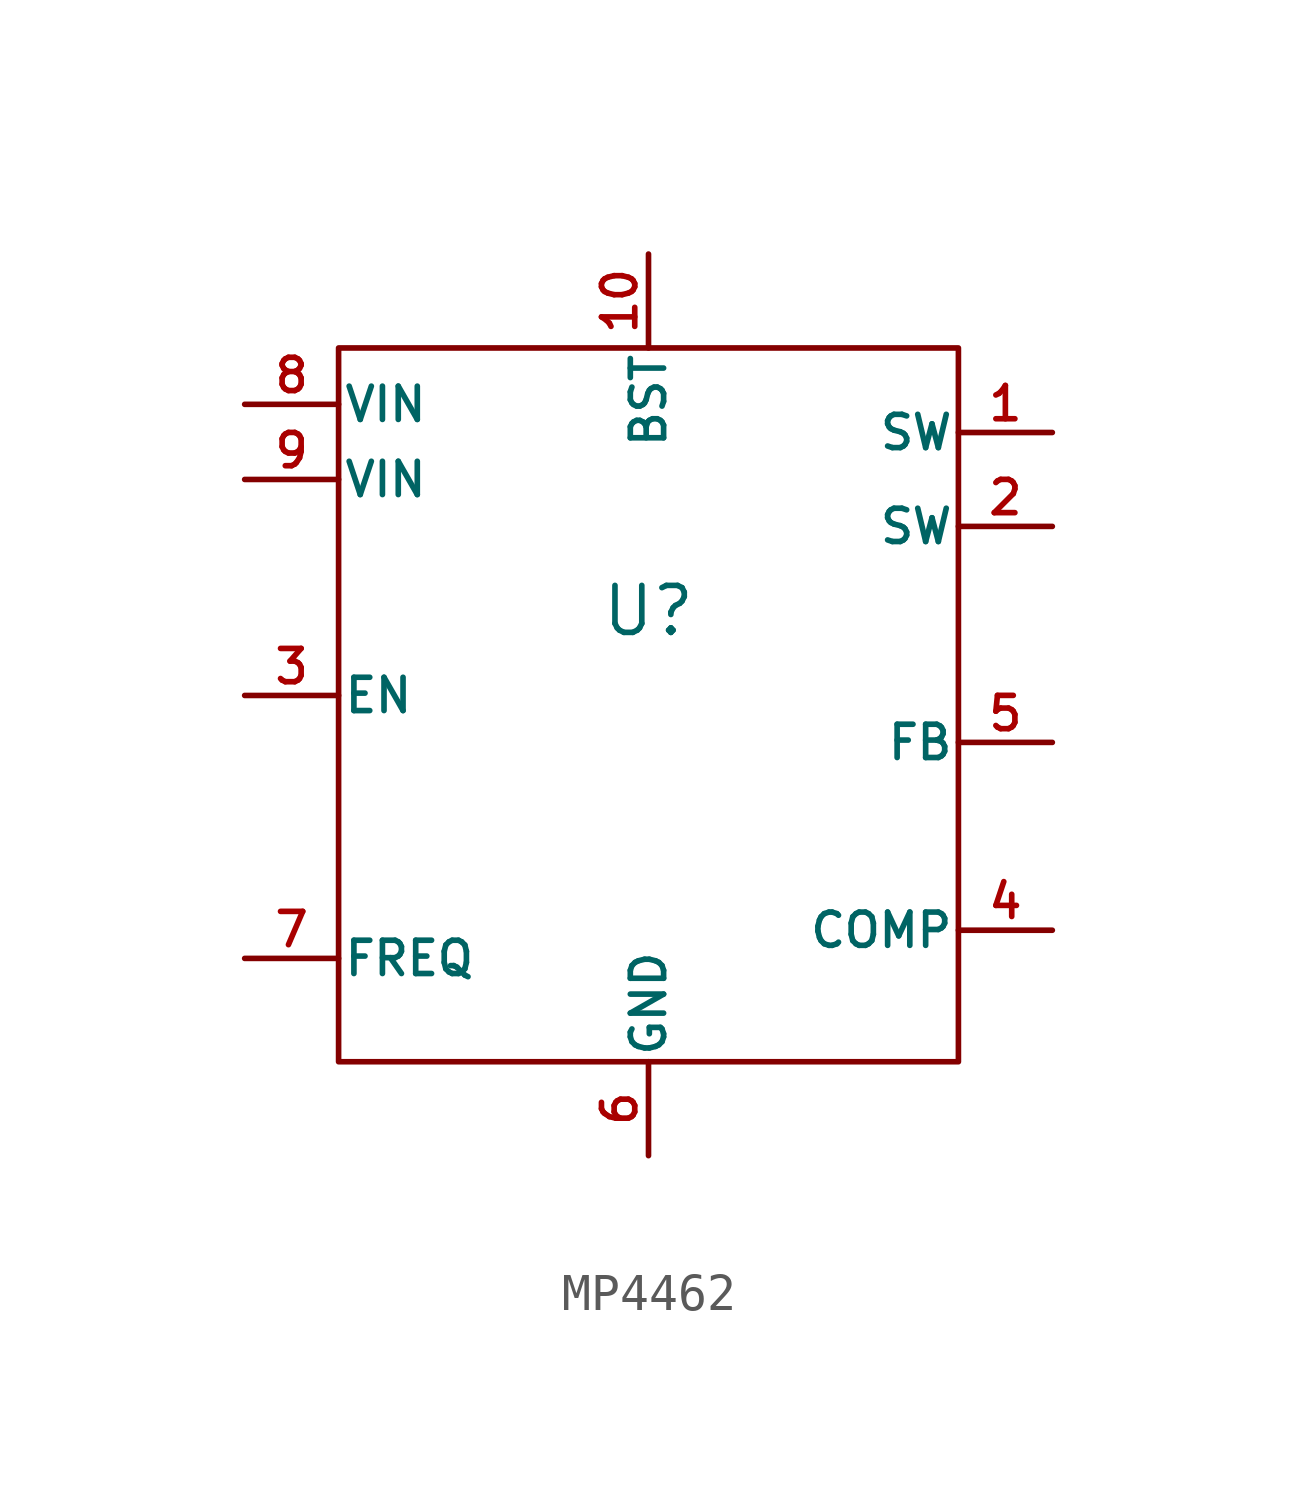
<source format=kicad_sym>
(kicad_symbol_lib
  (version 20220914)
  (generator kicad_symbol_editor)
  (symbol "MP4462"
    (pin_names
      (offset 0.1))
    (property "Reference" "U"
      (at 0 -7.112 0)
      (effects (font (size 1.27 1.27))))
    (property "Value" ""
      (at 0 0 0)
      (effects (font (size 1.27 1.27))))
    (symbol "MP4462_0_1"
      (rectangle (start -8.382 0) (end 8.382 -19.304) (stroke (width 0) (type default)) (fill (type none))))
    (symbol "MP4462_1_1"
      (pin input line (at 10.922 -2.286 180) (length 2.54) (name "SW" (effects (font (size 0.9 0.9)))) (number "1" (effects (font (size 0.9 0.9)))))
      (pin input line (at 0 2.54 270) (length 2.54) (name "BST" (effects (font (size 0.9 0.9)))) (number "10" (effects (font (size 0.9 0.9)))))
      (pin input line (at 10.922 -4.826 180) (length 2.54) (name "SW" (effects (font (size 0.9 0.9)))) (number "2" (effects (font (size 0.9 0.9)))))
      (pin input line (at -10.922 -9.398 0) (length 2.54) (name "EN" (effects (font (size 0.9 0.9)))) (number "3" (effects (font (size 0.9 0.9)))))
      (pin input line (at 10.922 -15.748 180) (length 2.54) (name "COMP" (effects (font (size 0.9 0.9)))) (number "4" (effects (font (size 0.9 0.9)))))
      (pin input line (at 10.922 -10.668 180) (length 2.54) (name "FB" (effects (font (size 0.9 0.9)))) (number "5" (effects (font (size 0.9 0.9)))))
      (pin input line (at 0 -21.844 90) (length 2.54) (name "GND" (effects (font (size 0.9 0.9)))) (number "6" (effects (font (size 0.9 0.9)))))
      (pin input line (at -10.922 -16.51 0) (length 2.54) (name "FREQ" (effects (font (size 0.9 0.9)))) (number "7" (effects (font (size 0.9 0.9)))))
      (pin input line (at -10.922 -1.524 0) (length 2.54) (name "VIN" (effects (font (size 0.9 0.9)))) (number "8" (effects (font (size 0.9 0.9)))))
      (pin input line (at -10.922 -3.556 0) (length 2.54) (name "VIN" (effects (font (size 0.9 0.9)))) (number "9" (effects (font (size 0.9 0.9))))))))
</source>
